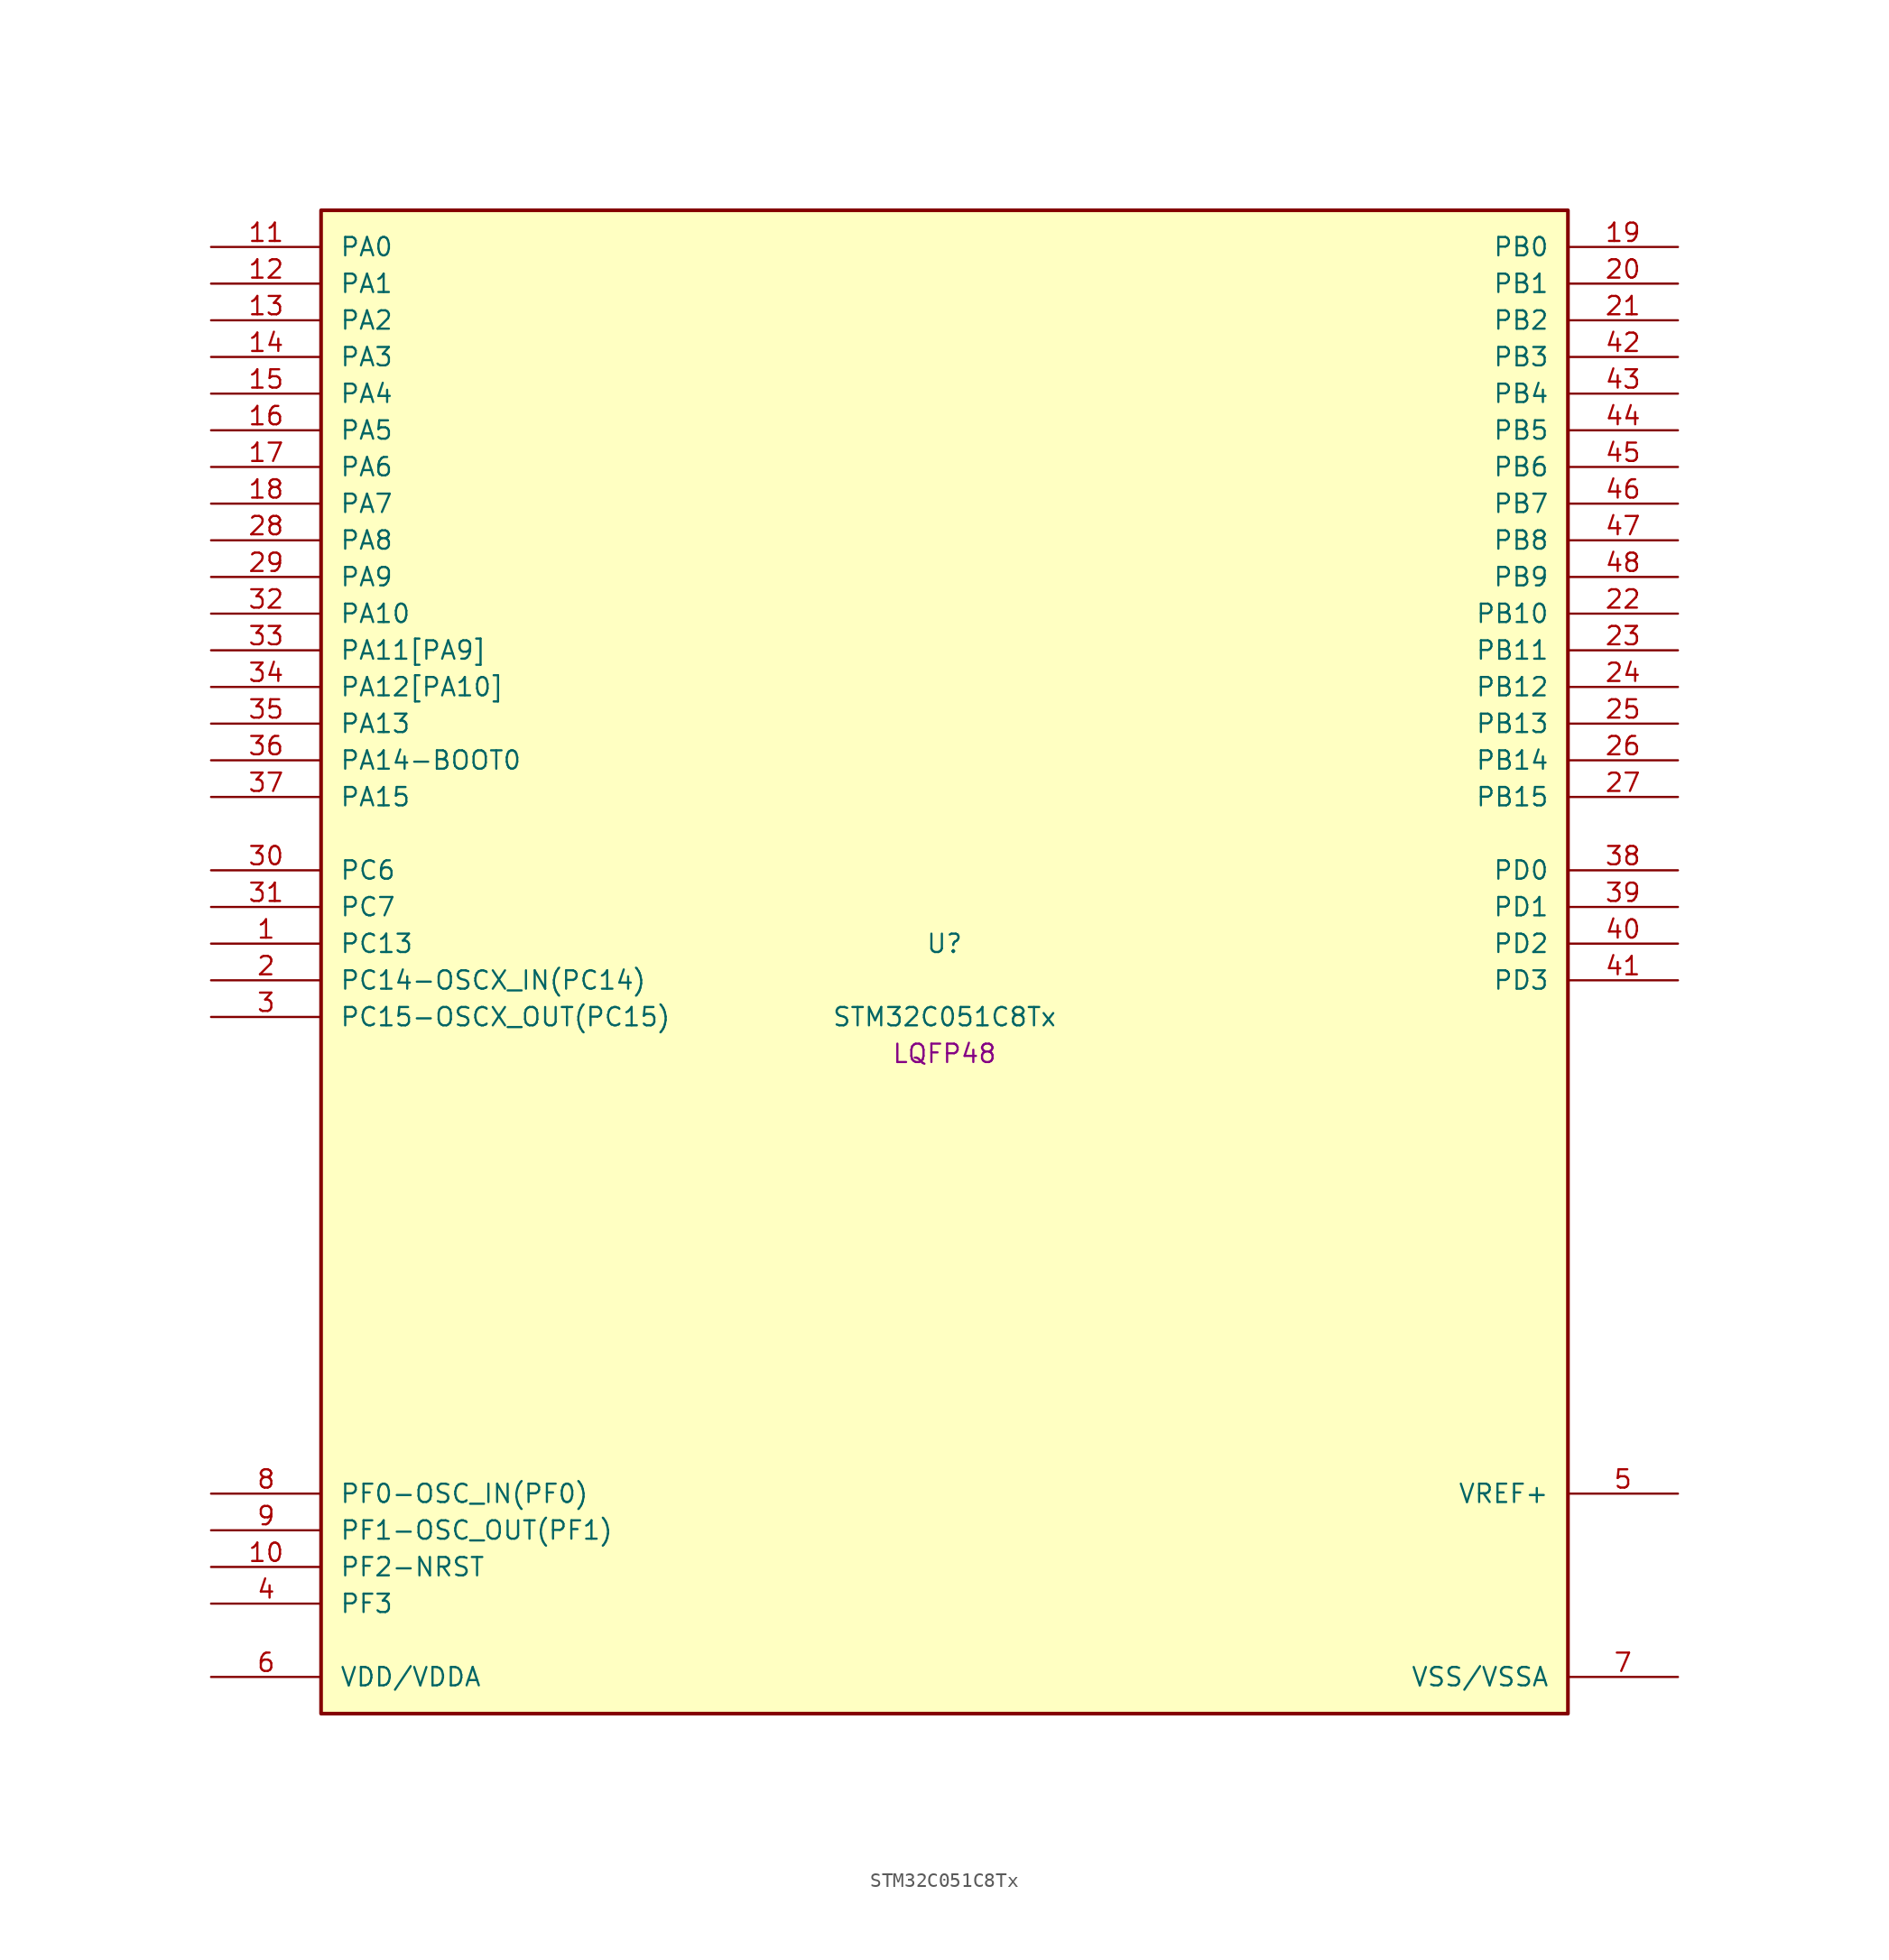
<source format=kicad_sym>
(kicad_symbol_lib
  (version 20241209)
  (generator "stm32_pkl_generator")
  (generator_version "1.0")
  (symbol "STM32C051C8Tx"
    (pin_names
      (offset 1.27))
    (property "Reference" "U"
      (at 0 2.54 0))
    (property "Value" "STM32C051C8Tx"
      (at 0 -2.54 0))
    (property "Footprint" "LQFP48"
      (at 0 -5.08 0))
    (symbol "STM32C051C8Tx_1_1"
      (rectangle (start -43.18 53.34) (end 43.18 -50.8) (stroke (width 0.254) (type solid)) (fill (type background)))
      (pin bidirectional line (at -50.8 50.8 0) (length 7.62) (name "PA0") (number "11") (alternate "PA0/ADC1_IN0" bidirectional line) (alternate "PA0/PWR_WKUP1" bidirectional line) (alternate "PA0/SPI2_SCK" bidirectional line) (alternate "PA0/TIM16_CH1" bidirectional line) (alternate "PA0/TIM1_CH1" bidirectional line) (alternate "PA0/TIM2_CH1" bidirectional line) (alternate "PA0/TIM2_ETR" bidirectional line) (alternate "PA0/USART1_TX" bidirectional line) (alternate "PA0/USART2_CTS" bidirectional line) (alternate "PA0/USART2_NSS" bidirectional line))
      (pin bidirectional line (at -50.8 48.26 0) (length 7.62) (name "PA1") (number "12") (alternate "PA1/ADC1_IN1" bidirectional line) (alternate "PA1/I2C1_SMBA" bidirectional line) (alternate "PA1/I2S1_CK" bidirectional line) (alternate "PA1/SPI1_SCK" bidirectional line) (alternate "PA1/TIM17_CH1" bidirectional line) (alternate "PA1/TIM1_CH2" bidirectional line) (alternate "PA1/TIM2_CH2" bidirectional line) (alternate "PA1/USART1_RX" bidirectional line) (alternate "PA1/USART2_CK" bidirectional line) (alternate "PA1/USART2_DE" bidirectional line) (alternate "PA1/USART2_RTS" bidirectional line))
      (pin bidirectional line (at -50.8 45.72 0) (length 7.62) (name "PA2") (number "13") (alternate "PA2/ADC1_IN2" bidirectional line) (alternate "PA2/I2S1_SD" bidirectional line) (alternate "PA2/PWR_WKUP4" bidirectional line) (alternate "PA2/RCC_LSCO" bidirectional line) (alternate "PA2/SPI1_MOSI" bidirectional line) (alternate "PA2/TIM16_CH1N" bidirectional line) (alternate "PA2/TIM1_CH3" bidirectional line) (alternate "PA2/TIM2_CH3" bidirectional line) (alternate "PA2/TIM3_ETR" bidirectional line) (alternate "PA2/USART2_TX" bidirectional line))
      (pin bidirectional line (at -50.8 43.18 0) (length 7.62) (name "PA3") (number "14") (alternate "PA3/ADC1_IN3" bidirectional line) (alternate "PA3/SPI2_MISO" bidirectional line) (alternate "PA3/TIM1_CH1N" bidirectional line) (alternate "PA3/TIM1_CH4" bidirectional line) (alternate "PA3/TIM2_CH4" bidirectional line) (alternate "PA3/USART2_RX" bidirectional line))
      (pin bidirectional line (at -50.8 40.64 0) (length 7.62) (name "PA4") (number "15") (alternate "PA4/ADC1_IN4" bidirectional line) (alternate "PA4/I2S1_WS" bidirectional line) (alternate "PA4/RTC_OUT2" bidirectional line) (alternate "PA4/SPI1_NSS" bidirectional line) (alternate "PA4/SPI2_MOSI" bidirectional line) (alternate "PA4/TIM14_CH1" bidirectional line) (alternate "PA4/TIM17_CH1N" bidirectional line) (alternate "PA4/TIM1_CH2N" bidirectional line) (alternate "PA4/USART2_TX" bidirectional line))
      (pin bidirectional line (at -50.8 38.1 0) (length 7.62) (name "PA5") (number "16") (alternate "PA5/ADC1_IN5" bidirectional line) (alternate "PA5/I2S1_CK" bidirectional line) (alternate "PA5/SPI1_SCK" bidirectional line) (alternate "PA5/TIM1_CH1" bidirectional line) (alternate "PA5/TIM1_CH3N" bidirectional line) (alternate "PA5/TIM2_CH1" bidirectional line) (alternate "PA5/TIM2_ETR" bidirectional line) (alternate "PA5/USART2_RX" bidirectional line))
      (pin bidirectional line (at -50.8 35.56 0) (length 7.62) (name "PA6") (number "17") (alternate "PA6/ADC1_IN6" bidirectional line) (alternate "PA6/I2C2_SDA" bidirectional line) (alternate "PA6/I2S1_MCK" bidirectional line) (alternate "PA6/SPI1_MISO" bidirectional line) (alternate "PA6/TIM16_CH1" bidirectional line) (alternate "PA6/TIM1_BKIN" bidirectional line) (alternate "PA6/TIM3_CH1" bidirectional line) (alternate "PA6/USART1_TX" bidirectional line))
      (pin bidirectional line (at -50.8 33.02 0) (length 7.62) (name "PA7") (number "18") (alternate "PA7/ADC1_IN7" bidirectional line) (alternate "PA7/I2C2_SCL" bidirectional line) (alternate "PA7/I2S1_SD" bidirectional line) (alternate "PA7/SPI1_MOSI" bidirectional line) (alternate "PA7/TIM14_CH1" bidirectional line) (alternate "PA7/TIM17_CH1" bidirectional line) (alternate "PA7/TIM1_CH1N" bidirectional line) (alternate "PA7/TIM3_CH2" bidirectional line) (alternate "PA7/USART1_RX" bidirectional line))
      (pin bidirectional line (at -50.8 30.48 0) (length 7.62) (name "PA8") (number "28") (alternate "PA8/ADC1_IN8" bidirectional line) (alternate "PA8/I2S1_WS" bidirectional line) (alternate "PA8/RCC_MCO" bidirectional line) (alternate "PA8/RCC_MCO_2" bidirectional line) (alternate "PA8/SPI1_NSS" bidirectional line) (alternate "PA8/SPI2_MISO" bidirectional line) (alternate "PA8/SPI2_NSS" bidirectional line) (alternate "PA8/TIM14_CH1" bidirectional line) (alternate "PA8/TIM1_CH1" bidirectional line) (alternate "PA8/TIM1_CH2N" bidirectional line) (alternate "PA8/TIM1_CH3N" bidirectional line) (alternate "PA8/TIM3_CH3" bidirectional line) (alternate "PA8/TIM3_CH4" bidirectional line) (alternate "PA8/USART1_RX" bidirectional line) (alternate "PA8/USART2_TX" bidirectional line))
      (pin bidirectional line (at -50.8 27.94 0) (length 7.62) (name "PA9") (number "29") (alternate "PA9/I2C1_SCL" bidirectional line) (alternate "PA9/I2C2_SCL" bidirectional line) (alternate "PA9/RCC_MCO" bidirectional line) (alternate "PA9/SPI2_MISO" bidirectional line) (alternate "PA9/TIM1_CH2" bidirectional line) (alternate "PA9/TIM3_ETR" bidirectional line) (alternate "PA9/USART1_TX" bidirectional line) (alternate "PA9/NC" bidirectional line))
      (pin bidirectional line (at -50.8 25.4 0) (length 7.62) (name "PA10") (number "32") (alternate "PA10/I2C1_SDA" bidirectional line) (alternate "PA10/I2C2_SDA" bidirectional line) (alternate "PA10/RCC_MCO_2" bidirectional line) (alternate "PA10/SPI2_MOSI" bidirectional line) (alternate "PA10/TIM17_BKIN" bidirectional line) (alternate "PA10/TIM1_CH3" bidirectional line) (alternate "PA10/USART1_RX" bidirectional line) (alternate "PA10/NC" bidirectional line))
      (pin bidirectional line (at -50.8 22.86 0) (length 7.62) (name "PA11[PA9]") (number "33") (alternate "PA11[PA9]/ADC1_EXTI11" bidirectional line) (alternate "PA11[PA9]/ADC1_IN11" bidirectional line) (alternate "PA11[PA9]/I2C2_SCL" bidirectional line) (alternate "PA11[PA9]/I2S1_MCK" bidirectional line) (alternate "PA11[PA9]/SPI1_MISO" bidirectional line) (alternate "PA11[PA9]/TIM1_BKIN2" bidirectional line) (alternate "PA11[PA9]/TIM1_CH4" bidirectional line) (alternate "PA11[PA9]/USART1_CTS" bidirectional line) (alternate "PA11[PA9]/USART1_NSS" bidirectional line) (alternate "PA11[PA9]/PA9[PA11]" bidirectional line) (alternate "PA11[PA9]/I2C1_SCL" bidirectional line) (alternate "PA11[PA9]/RCC_MCO" bidirectional line) (alternate "PA11[PA9]/SPI2_MISO" bidirectional line) (alternate "PA11[PA9]/TIM1_CH2" bidirectional line) (alternate "PA11[PA9]/TIM3_ETR" bidirectional line) (alternate "PA11[PA9]/USART1_TX" bidirectional line))
      (pin bidirectional line (at -50.8 20.32 0) (length 7.62) (name "PA12[PA10]") (number "34") (alternate "PA12[PA10]/ADC1_IN12" bidirectional line) (alternate "PA12[PA10]/I2C2_SDA" bidirectional line) (alternate "PA12[PA10]/I2S1_SD" bidirectional line) (alternate "PA12[PA10]/I2S_CKIN" bidirectional line) (alternate "PA12[PA10]/SPI1_MOSI" bidirectional line) (alternate "PA12[PA10]/TIM1_ETR" bidirectional line) (alternate "PA12[PA10]/USART1_CK" bidirectional line) (alternate "PA12[PA10]/USART1_DE" bidirectional line) (alternate "PA12[PA10]/USART1_RTS" bidirectional line) (alternate "PA12[PA10]/PA10[PA12]" bidirectional line) (alternate "PA12[PA10]/I2C1_SDA" bidirectional line) (alternate "PA12[PA10]/RCC_MCO_2" bidirectional line) (alternate "PA12[PA10]/SPI2_MOSI" bidirectional line) (alternate "PA12[PA10]/TIM17_BKIN" bidirectional line) (alternate "PA12[PA10]/TIM1_CH3" bidirectional line) (alternate "PA12[PA10]/USART1_RX" bidirectional line))
      (pin bidirectional line (at -50.8 17.78 0) (length 7.62) (name "PA13") (number "35") (alternate "PA13/ADC1_IN13" bidirectional line) (alternate "PA13/DEBUG_SWDIO" bidirectional line) (alternate "PA13/IR_OUT" bidirectional line) (alternate "PA13/TIM3_ETR" bidirectional line) (alternate "PA13/USART2_RX" bidirectional line))
      (pin bidirectional line (at -50.8 15.24 0) (length 7.62) (name "PA14-BOOT0") (number "36") (alternate "PA14-BOOT0/ADC1_IN14" bidirectional line) (alternate "PA14-BOOT0/BOOT0" bidirectional line) (alternate "PA14-BOOT0/DEBUG_SWCLK" bidirectional line) (alternate "PA14-BOOT0/I2S1_WS" bidirectional line) (alternate "PA14-BOOT0/RCC_MCO_2" bidirectional line) (alternate "PA14-BOOT0/SPI1_NSS" bidirectional line) (alternate "PA14-BOOT0/TIM1_CH1" bidirectional line) (alternate "PA14-BOOT0/USART1_CK" bidirectional line) (alternate "PA14-BOOT0/USART1_DE" bidirectional line) (alternate "PA14-BOOT0/USART1_RTS" bidirectional line) (alternate "PA14-BOOT0/USART2_RX" bidirectional line) (alternate "PA14-BOOT0/USART2_TX" bidirectional line))
      (pin bidirectional line (at -50.8 12.7 0) (length 7.62) (name "PA15") (number "37") (alternate "PA15/I2S1_WS" bidirectional line) (alternate "PA15/RCC_MCO_2" bidirectional line) (alternate "PA15/SPI1_NSS" bidirectional line) (alternate "PA15/TIM1_CH1" bidirectional line) (alternate "PA15/TIM2_CH1" bidirectional line) (alternate "PA15/TIM2_ETR" bidirectional line) (alternate "PA15/USART1_CK" bidirectional line) (alternate "PA15/USART1_DE" bidirectional line) (alternate "PA15/USART1_RTS" bidirectional line) (alternate "PA15/USART2_RX" bidirectional line))
      (pin bidirectional line (at 50.8 50.8 180) (length 7.62) (name "PB0") (number "19") (alternate "PB0/ADC1_IN17" bidirectional line) (alternate "PB0/I2S1_WS" bidirectional line) (alternate "PB0/SPI1_NSS" bidirectional line) (alternate "PB0/TIM1_CH2N" bidirectional line) (alternate "PB0/TIM3_CH3" bidirectional line))
      (pin bidirectional line (at 50.8 48.26 180) (length 7.62) (name "PB1") (number "20") (alternate "PB1/ADC1_IN18" bidirectional line) (alternate "PB1/TIM14_CH1" bidirectional line) (alternate "PB1/TIM1_CH2N" bidirectional line) (alternate "PB1/TIM1_CH3N" bidirectional line) (alternate "PB1/TIM3_CH4" bidirectional line))
      (pin bidirectional line (at 50.8 45.72 180) (length 7.62) (name "PB2") (number "21") (alternate "PB2/ADC1_IN19" bidirectional line) (alternate "PB2/RCC_MCO_2" bidirectional line) (alternate "PB2/SPI2_MISO" bidirectional line) (alternate "PB2/USART1_RX" bidirectional line))
      (pin bidirectional line (at 50.8 43.18 180) (length 7.62) (name "PB3") (number "42") (alternate "PB3/I2C2_SCL" bidirectional line) (alternate "PB3/I2S1_CK" bidirectional line) (alternate "PB3/SPI1_SCK" bidirectional line) (alternate "PB3/TIM1_CH2" bidirectional line) (alternate "PB3/TIM2_CH2" bidirectional line) (alternate "PB3/TIM3_CH2" bidirectional line) (alternate "PB3/USART1_CK" bidirectional line) (alternate "PB3/USART1_DE" bidirectional line) (alternate "PB3/USART1_RTS" bidirectional line))
      (pin bidirectional line (at 50.8 40.64 180) (length 7.62) (name "PB4") (number "43") (alternate "PB4/I2C2_SDA" bidirectional line) (alternate "PB4/I2S1_MCK" bidirectional line) (alternate "PB4/SPI1_MISO" bidirectional line) (alternate "PB4/TIM17_BKIN" bidirectional line) (alternate "PB4/TIM3_CH1" bidirectional line) (alternate "PB4/USART1_CTS" bidirectional line) (alternate "PB4/USART1_NSS" bidirectional line))
      (pin bidirectional line (at 50.8 38.1 180) (length 7.62) (name "PB5") (number "44") (alternate "PB5/I2C1_SMBA" bidirectional line) (alternate "PB5/I2S1_SD" bidirectional line) (alternate "PB5/PWR_WKUP6" bidirectional line) (alternate "PB5/SPI1_MOSI" bidirectional line) (alternate "PB5/TIM16_BKIN" bidirectional line) (alternate "PB5/TIM3_CH2" bidirectional line) (alternate "PB5/TIM3_CH3" bidirectional line))
      (pin bidirectional line (at 50.8 35.56 180) (length 7.62) (name "PB6") (number "45") (alternate "PB6/I2C1_SCL" bidirectional line) (alternate "PB6/I2C1_SMBA" bidirectional line) (alternate "PB6/I2S1_CK" bidirectional line) (alternate "PB6/I2S1_MCK" bidirectional line) (alternate "PB6/I2S1_SD" bidirectional line) (alternate "PB6/PWR_WKUP3" bidirectional line) (alternate "PB6/SPI1_MISO" bidirectional line) (alternate "PB6/SPI1_MOSI" bidirectional line) (alternate "PB6/SPI1_SCK" bidirectional line) (alternate "PB6/SPI2_MISO" bidirectional line) (alternate "PB6/TIM16_BKIN" bidirectional line) (alternate "PB6/TIM16_CH1N" bidirectional line) (alternate "PB6/TIM17_BKIN" bidirectional line) (alternate "PB6/TIM1_CH2" bidirectional line) (alternate "PB6/TIM1_CH3" bidirectional line) (alternate "PB6/TIM3_CH1" bidirectional line) (alternate "PB6/TIM3_CH2" bidirectional line) (alternate "PB6/TIM3_CH3" bidirectional line) (alternate "PB6/USART1_CTS" bidirectional line) (alternate "PB6/USART1_NSS" bidirectional line) (alternate "PB6/USART1_TX" bidirectional line))
      (pin bidirectional line (at 50.8 33.02 180) (length 7.62) (name "PB7") (number "46") (alternate "PB7/I2C1_SCL" bidirectional line) (alternate "PB7/I2C1_SDA" bidirectional line) (alternate "PB7/SPI2_MOSI" bidirectional line) (alternate "PB7/TIM16_CH1" bidirectional line) (alternate "PB7/TIM17_CH1N" bidirectional line) (alternate "PB7/TIM1_CH1" bidirectional line) (alternate "PB7/TIM1_CH4" bidirectional line) (alternate "PB7/TIM3_CH1" bidirectional line) (alternate "PB7/TIM3_CH4" bidirectional line) (alternate "PB7/USART1_RX" bidirectional line) (alternate "PB7/USART2_CTS" bidirectional line) (alternate "PB7/USART2_NSS" bidirectional line))
      (pin bidirectional line (at 50.8 30.48 180) (length 7.62) (name "PB8") (number "47") (alternate "PB8/I2C1_SCL" bidirectional line) (alternate "PB8/SPI2_SCK" bidirectional line) (alternate "PB8/TIM16_CH1" bidirectional line) (alternate "PB8/TIM3_CH1" bidirectional line) (alternate "PB8/USART2_CTS" bidirectional line) (alternate "PB8/USART2_NSS" bidirectional line))
      (pin bidirectional line (at 50.8 27.94 180) (length 7.62) (name "PB9") (number "48") (alternate "PB9/I2C1_SDA" bidirectional line) (alternate "PB9/IR_OUT" bidirectional line) (alternate "PB9/SPI2_NSS" bidirectional line) (alternate "PB9/TIM17_CH1" bidirectional line) (alternate "PB9/TIM3_CH2" bidirectional line) (alternate "PB9/USART2_CK" bidirectional line) (alternate "PB9/USART2_DE" bidirectional line) (alternate "PB9/USART2_RTS" bidirectional line))
      (pin bidirectional line (at 50.8 25.4 180) (length 7.62) (name "PB10") (number "22") (alternate "PB10/ADC1_IN20" bidirectional line) (alternate "PB10/I2C2_SCL" bidirectional line) (alternate "PB10/SPI2_SCK" bidirectional line) (alternate "PB10/TIM2_CH3" bidirectional line))
      (pin bidirectional line (at 50.8 22.86 180) (length 7.62) (name "PB11") (number "23") (alternate "PB11/ADC1_EXTI11" bidirectional line) (alternate "PB11/ADC1_IN21" bidirectional line) (alternate "PB11/I2C2_SDA" bidirectional line) (alternate "PB11/SPI2_MOSI" bidirectional line) (alternate "PB11/TIM2_CH4" bidirectional line))
      (pin bidirectional line (at 50.8 20.32 180) (length 7.62) (name "PB12") (number "24") (alternate "PB12/ADC1_IN22" bidirectional line) (alternate "PB12/SPI2_NSS" bidirectional line) (alternate "PB12/TIM1_BKIN" bidirectional line) (alternate "PB12/TIM1_BKIN2" bidirectional line))
      (pin bidirectional line (at 50.8 17.78 180) (length 7.62) (name "PB13") (number "25") (alternate "PB13/I2C2_SCL" bidirectional line) (alternate "PB13/SPI2_SCK" bidirectional line) (alternate "PB13/TIM1_CH1N" bidirectional line))
      (pin bidirectional line (at 50.8 15.24 180) (length 7.62) (name "PB14") (number "26") (alternate "PB14/I2C2_SDA" bidirectional line) (alternate "PB14/SPI2_MISO" bidirectional line) (alternate "PB14/TIM1_CH2N" bidirectional line))
      (pin bidirectional line (at 50.8 12.7 180) (length 7.62) (name "PB15") (number "27") (alternate "PB15/RTC_REFIN" bidirectional line) (alternate "PB15/SPI2_MOSI" bidirectional line) (alternate "PB15/TIM1_CH3N" bidirectional line))
      (pin bidirectional line (at -50.8 7.62 0) (length 7.62) (name "PC6") (number "30") (alternate "PC6/TIM2_CH3" bidirectional line) (alternate "PC6/TIM3_CH1" bidirectional line))
      (pin bidirectional line (at -50.8 5.08 0) (length 7.62) (name "PC7") (number "31") (alternate "PC7/TIM2_CH4" bidirectional line) (alternate "PC7/TIM3_CH2" bidirectional line))
      (pin bidirectional line (at -50.8 2.54 0) (length 7.62) (name "PC13") (number "1") (alternate "PC13/PWR_WKUP2" bidirectional line) (alternate "PC13/RTC_OUT1" bidirectional line) (alternate "PC13/RTC_TS" bidirectional line) (alternate "PC13/TIM1_BKIN" bidirectional line) (alternate "PC13/TIM1_ETR" bidirectional line))
      (pin bidirectional line (at -50.8 0 0) (length 7.62) (name "PC14-OSCX_IN(PC14)") (number "2") (alternate "PC14-OSCX_IN(PC14)/I2C1_SDA" bidirectional line) (alternate "PC14-OSCX_IN(PC14)/IR_OUT" bidirectional line) (alternate "PC14-OSCX_IN(PC14)/RCC_OSCX_IN" bidirectional line) (alternate "PC14-OSCX_IN(PC14)/SPI2_NSS" bidirectional line) (alternate "PC14-OSCX_IN(PC14)/TIM17_CH1" bidirectional line) (alternate "PC14-OSCX_IN(PC14)/TIM1_BKIN2" bidirectional line) (alternate "PC14-OSCX_IN(PC14)/TIM1_ETR" bidirectional line) (alternate "PC14-OSCX_IN(PC14)/TIM3_CH2" bidirectional line) (alternate "PC14-OSCX_IN(PC14)/USART1_RX" bidirectional line) (alternate "PC14-OSCX_IN(PC14)/USART1_TX" bidirectional line) (alternate "PC14-OSCX_IN(PC14)/USART2_CK" bidirectional line) (alternate "PC14-OSCX_IN(PC14)/USART2_DE" bidirectional line) (alternate "PC14-OSCX_IN(PC14)/USART2_RTS" bidirectional line))
      (pin bidirectional line (at -50.8 -2.54 0) (length 7.62) (name "PC15-OSCX_OUT(PC15)") (number "3") (alternate "PC15-OSCX_OUT(PC15)/RCC_OSC32_EN" bidirectional line) (alternate "PC15-OSCX_OUT(PC15)/RCC_OSCX_OUT" bidirectional line) (alternate "PC15-OSCX_OUT(PC15)/RCC_OSC_EN" bidirectional line) (alternate "PC15-OSCX_OUT(PC15)/TIM1_CH2" bidirectional line) (alternate "PC15-OSCX_OUT(PC15)/TIM1_ETR" bidirectional line) (alternate "PC15-OSCX_OUT(PC15)/TIM3_CH3" bidirectional line))
      (pin bidirectional line (at 50.8 7.62 180) (length 7.62) (name "PD0") (number "38") (alternate "PD0/SPI2_NSS" bidirectional line) (alternate "PD0/TIM16_CH1" bidirectional line))
      (pin bidirectional line (at 50.8 5.08 180) (length 7.62) (name "PD1") (number "39") (alternate "PD1/SPI2_SCK" bidirectional line) (alternate "PD1/TIM17_CH1" bidirectional line))
      (pin bidirectional line (at 50.8 2.54 180) (length 7.62) (name "PD2") (number "40") (alternate "PD2/TIM1_CH1N" bidirectional line) (alternate "PD2/TIM3_ETR" bidirectional line))
      (pin bidirectional line (at 50.8 0 180) (length 7.62) (name "PD3") (number "41") (alternate "PD3/SPI2_MISO" bidirectional line) (alternate "PD3/TIM1_CH2N" bidirectional line) (alternate "PD3/USART2_CTS" bidirectional line) (alternate "PD3/USART2_NSS" bidirectional line))
      (pin bidirectional line (at -50.8 -35.56 0) (length 7.62) (name "PF0-OSC_IN(PF0)") (number "8") (alternate "PF0-OSC_IN(PF0)/RCC_OSC_IN" bidirectional line) (alternate "PF0-OSC_IN(PF0)/TIM14_CH1" bidirectional line))
      (pin bidirectional line (at -50.8 -38.1 0) (length 7.62) (name "PF1-OSC_OUT(PF1)") (number "9") (alternate "PF1-OSC_OUT(PF1)/RCC_OSC_EN" bidirectional line) (alternate "PF1-OSC_OUT(PF1)/RCC_OSC_OUT" bidirectional line))
      (pin bidirectional line (at -50.8 -40.64 0) (length 7.62) (name "PF2-NRST") (number "10") (alternate "PF2-NRST/RCC_MCO" bidirectional line) (alternate "PF2-NRST/TIM1_CH4" bidirectional line))
      (pin bidirectional line (at -50.8 -43.18 0) (length 7.62) (name "PF3") (number "4"))
      (pin bidirectional line (at 50.8 -35.56 180) (length 7.62) (name "VREF+") (number "5"))
      (pin power_in line (at -50.8 -48.26 0) (length 7.62) (name "VDD/VDDA") (number "6"))
      (pin power_in line (at 50.8 -48.26 180) (length 7.62) (name "VSS/VSSA") (number "7")))))
</source>
